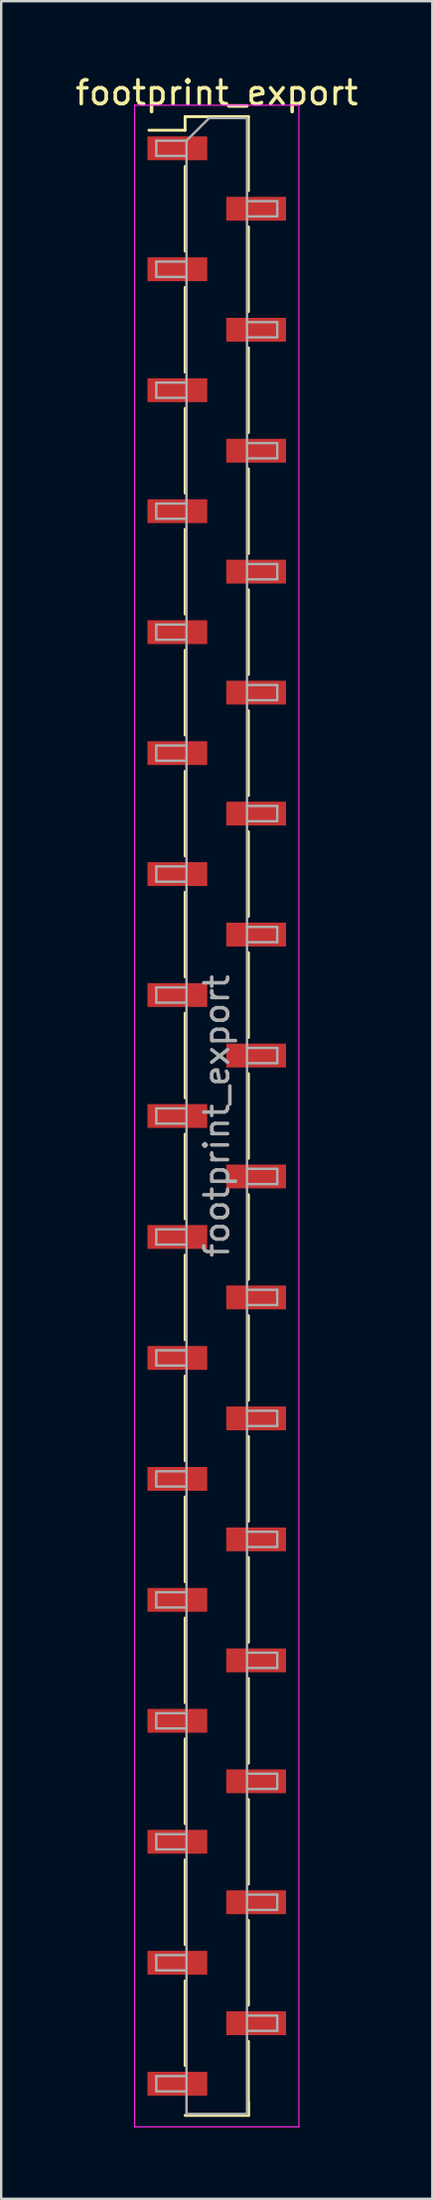
<source format=kicad_pcb>
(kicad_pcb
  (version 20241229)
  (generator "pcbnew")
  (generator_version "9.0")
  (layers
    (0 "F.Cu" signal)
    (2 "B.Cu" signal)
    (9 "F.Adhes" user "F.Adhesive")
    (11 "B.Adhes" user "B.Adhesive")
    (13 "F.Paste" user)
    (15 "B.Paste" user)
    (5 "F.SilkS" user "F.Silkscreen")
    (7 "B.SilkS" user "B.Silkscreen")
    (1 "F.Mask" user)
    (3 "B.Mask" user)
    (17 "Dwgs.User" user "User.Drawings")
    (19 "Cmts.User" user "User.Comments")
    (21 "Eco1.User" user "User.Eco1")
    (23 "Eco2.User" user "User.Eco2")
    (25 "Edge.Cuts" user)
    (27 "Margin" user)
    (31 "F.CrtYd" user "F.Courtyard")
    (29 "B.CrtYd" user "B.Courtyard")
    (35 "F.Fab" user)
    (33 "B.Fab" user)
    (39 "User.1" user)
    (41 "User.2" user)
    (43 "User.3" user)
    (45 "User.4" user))
  (footprint "footprint_export"
    (layer "F.Cu")
    (at 6.054 43.818)
    (property "Reference" "footprint_export" (at 0 -42.97 0) (layer "F.SilkS") (effects (font (size 1 1) (thickness 0.15))))
    (attr smd)
    (fp_line (start -1.33 -41.97) (end -1.33 -41.4) (stroke (width 0.12) (type solid)) (layer "F.SilkS"))
    (fp_line (start -1.33 -41.97) (end 1.33 -41.97) (stroke (width 0.12) (type solid)) (layer "F.SilkS"))
    (fp_line (start -1.33 -41.4) (end -2.85 -41.4) (stroke (width 0.12) (type solid)) (layer "F.SilkS"))
    (fp_line (start -1.33 -39.88) (end -1.33 -36.32) (stroke (width 0.12) (type solid)) (layer "F.SilkS"))
    (fp_line (start -1.33 -34.8) (end -1.33 -31.24) (stroke (width 0.12) (type solid)) (layer "F.SilkS"))
    (fp_line (start -1.33 -29.72) (end -1.33 -26.16) (stroke (width 0.12) (type solid)) (layer "F.SilkS"))
    (fp_line (start -1.33 -24.64) (end -1.33 -21.08) (stroke (width 0.12) (type solid)) (layer "F.SilkS"))
    (fp_line (start -1.33 -19.56) (end -1.33 -16) (stroke (width 0.12) (type solid)) (layer "F.SilkS"))
    (fp_line (start -1.33 -14.48) (end -1.33 -10.92) (stroke (width 0.12) (type solid)) (layer "F.SilkS"))
    (fp_line (start -1.33 -9.4) (end -1.33 -5.84) (stroke (width 0.12) (type solid)) (layer "F.SilkS"))
    (fp_line (start -1.33 -4.32) (end -1.33 -0.76) (stroke (width 0.12) (type solid)) (layer "F.SilkS"))
    (fp_line (start -1.33 0.76) (end -1.33 4.32) (stroke (width 0.12) (type solid)) (layer "F.SilkS"))
    (fp_line (start -1.33 5.84) (end -1.33 9.4) (stroke (width 0.12) (type solid)) (layer "F.SilkS"))
    (fp_line (start -1.33 10.92) (end -1.33 14.48) (stroke (width 0.12) (type solid)) (layer "F.SilkS"))
    (fp_line (start -1.33 16) (end -1.33 19.56) (stroke (width 0.12) (type solid)) (layer "F.SilkS"))
    (fp_line (start -1.33 21.08) (end -1.33 24.64) (stroke (width 0.12) (type solid)) (layer "F.SilkS"))
    (fp_line (start -1.33 26.16) (end -1.33 29.72) (stroke (width 0.12) (type solid)) (layer "F.SilkS"))
    (fp_line (start -1.33 31.24) (end -1.33 34.8) (stroke (width 0.12) (type solid)) (layer "F.SilkS"))
    (fp_line (start -1.33 36.32) (end -1.33 39.88) (stroke (width 0.12) (type solid)) (layer "F.SilkS"))
    (fp_line (start -1.33 41.97) (end 1.33 41.97) (stroke (width 0.12) (type solid)) (layer "F.SilkS"))
    (fp_line (start 1.33 -41.97) (end 1.33 -38.86) (stroke (width 0.12) (type solid)) (layer "F.SilkS"))
    (fp_line (start 1.33 -37.34) (end 1.33 -33.78) (stroke (width 0.12) (type solid)) (layer "F.SilkS"))
    (fp_line (start 1.33 -32.26) (end 1.33 -28.7) (stroke (width 0.12) (type solid)) (layer "F.SilkS"))
    (fp_line (start 1.33 -27.18) (end 1.33 -23.62) (stroke (width 0.12) (type solid)) (layer "F.SilkS"))
    (fp_line (start 1.33 -22.1) (end 1.33 -18.54) (stroke (width 0.12) (type solid)) (layer "F.SilkS"))
    (fp_line (start 1.33 -17.02) (end 1.33 -13.46) (stroke (width 0.12) (type solid)) (layer "F.SilkS"))
    (fp_line (start 1.33 -11.94) (end 1.33 -8.38) (stroke (width 0.12) (type solid)) (layer "F.SilkS"))
    (fp_line (start 1.33 -6.86) (end 1.33 -3.3) (stroke (width 0.12) (type solid)) (layer "F.SilkS"))
    (fp_line (start 1.33 -1.78) (end 1.33 1.78) (stroke (width 0.12) (type solid)) (layer "F.SilkS"))
    (fp_line (start 1.33 3.3) (end 1.33 6.86) (stroke (width 0.12) (type solid)) (layer "F.SilkS"))
    (fp_line (start 1.33 8.38) (end 1.33 11.94) (stroke (width 0.12) (type solid)) (layer "F.SilkS"))
    (fp_line (start 1.33 13.46) (end 1.33 17.02) (stroke (width 0.12) (type solid)) (layer "F.SilkS"))
    (fp_line (start 1.33 18.54) (end 1.33 22.1) (stroke (width 0.12) (type solid)) (layer "F.SilkS"))
    (fp_line (start 1.33 23.62) (end 1.33 27.18) (stroke (width 0.12) (type solid)) (layer "F.SilkS"))
    (fp_line (start 1.33 28.7) (end 1.33 32.26) (stroke (width 0.12) (type solid)) (layer "F.SilkS"))
    (fp_line (start 1.33 33.78) (end 1.33 37.34) (stroke (width 0.12) (type solid)) (layer "F.SilkS"))
    (fp_line (start 1.33 38.86) (end 1.33 41.97) (stroke (width 0.12) (type solid)) (layer "F.SilkS"))
    (fp_line (start 1.33 41.4) (end 1.33 41.97) (stroke (width 0.12) (type solid)) (layer "F.SilkS"))
    (fp_line (start -3.45 -42.45) (end -3.45 42.45) (stroke (width 0.05) (type solid)) (layer "F.CrtYd"))
    (fp_line (start -3.45 42.45) (end 3.45 42.45) (stroke (width 0.05) (type solid)) (layer "F.CrtYd"))
    (fp_line (start 3.45 -42.45) (end -3.45 -42.45) (stroke (width 0.05) (type solid)) (layer "F.CrtYd"))
    (fp_line (start 3.45 42.45) (end 3.45 -42.45) (stroke (width 0.05) (type solid)) (layer "F.CrtYd"))
    (fp_line (start -2.54 -40.96) (end -2.54 -40.32) (stroke (width 0.1) (type solid)) (layer "F.Fab"))
    (fp_line (start -2.54 -40.32) (end -1.27 -40.32) (stroke (width 0.1) (type solid)) (layer "F.Fab"))
    (fp_line (start -2.54 -35.88) (end -2.54 -35.24) (stroke (width 0.1) (type solid)) (layer "F.Fab"))
    (fp_line (start -2.54 -35.24) (end -1.27 -35.24) (stroke (width 0.1) (type solid)) (layer "F.Fab"))
    (fp_line (start -2.54 -30.8) (end -2.54 -30.16) (stroke (width 0.1) (type solid)) (layer "F.Fab"))
    (fp_line (start -2.54 -30.16) (end -1.27 -30.16) (stroke (width 0.1) (type solid)) (layer "F.Fab"))
    (fp_line (start -2.54 -25.72) (end -2.54 -25.08) (stroke (width 0.1) (type solid)) (layer "F.Fab"))
    (fp_line (start -2.54 -25.08) (end -1.27 -25.08) (stroke (width 0.1) (type solid)) (layer "F.Fab"))
    (fp_line (start -2.54 -20.64) (end -2.54 -20) (stroke (width 0.1) (type solid)) (layer "F.Fab"))
    (fp_line (start -2.54 -20) (end -1.27 -20) (stroke (width 0.1) (type solid)) (layer "F.Fab"))
    (fp_line (start -2.54 -15.56) (end -2.54 -14.92) (stroke (width 0.1) (type solid)) (layer "F.Fab"))
    (fp_line (start -2.54 -14.92) (end -1.27 -14.92) (stroke (width 0.1) (type solid)) (layer "F.Fab"))
    (fp_line (start -2.54 -10.48) (end -2.54 -9.84) (stroke (width 0.1) (type solid)) (layer "F.Fab"))
    (fp_line (start -2.54 -9.84) (end -1.27 -9.84) (stroke (width 0.1) (type solid)) (layer "F.Fab"))
    (fp_line (start -2.54 -5.4) (end -2.54 -4.76) (stroke (width 0.1) (type solid)) (layer "F.Fab"))
    (fp_line (start -2.54 -4.76) (end -1.27 -4.76) (stroke (width 0.1) (type solid)) (layer "F.Fab"))
    (fp_line (start -2.54 -0.32) (end -2.54 0.32) (stroke (width 0.1) (type solid)) (layer "F.Fab"))
    (fp_line (start -2.54 0.32) (end -1.27 0.32) (stroke (width 0.1) (type solid)) (layer "F.Fab"))
    (fp_line (start -2.54 4.76) (end -2.54 5.4) (stroke (width 0.1) (type solid)) (layer "F.Fab"))
    (fp_line (start -2.54 5.4) (end -1.27 5.4) (stroke (width 0.1) (type solid)) (layer "F.Fab"))
    (fp_line (start -2.54 9.84) (end -2.54 10.48) (stroke (width 0.1) (type solid)) (layer "F.Fab"))
    (fp_line (start -2.54 10.48) (end -1.27 10.48) (stroke (width 0.1) (type solid)) (layer "F.Fab"))
    (fp_line (start -2.54 14.92) (end -2.54 15.56) (stroke (width 0.1) (type solid)) (layer "F.Fab"))
    (fp_line (start -2.54 15.56) (end -1.27 15.56) (stroke (width 0.1) (type solid)) (layer "F.Fab"))
    (fp_line (start -2.54 20) (end -2.54 20.64) (stroke (width 0.1) (type solid)) (layer "F.Fab"))
    (fp_line (start -2.54 20.64) (end -1.27 20.64) (stroke (width 0.1) (type solid)) (layer "F.Fab"))
    (fp_line (start -2.54 25.08) (end -2.54 25.72) (stroke (width 0.1) (type solid)) (layer "F.Fab"))
    (fp_line (start -2.54 25.72) (end -1.27 25.72) (stroke (width 0.1) (type solid)) (layer "F.Fab"))
    (fp_line (start -2.54 30.16) (end -2.54 30.8) (stroke (width 0.1) (type solid)) (layer "F.Fab"))
    (fp_line (start -2.54 30.8) (end -1.27 30.8) (stroke (width 0.1) (type solid)) (layer "F.Fab"))
    (fp_line (start -2.54 35.24) (end -2.54 35.88) (stroke (width 0.1) (type solid)) (layer "F.Fab"))
    (fp_line (start -2.54 35.88) (end -1.27 35.88) (stroke (width 0.1) (type solid)) (layer "F.Fab"))
    (fp_line (start -2.54 40.32) (end -2.54 40.96) (stroke (width 0.1) (type solid)) (layer "F.Fab"))
    (fp_line (start -2.54 40.96) (end -1.27 40.96) (stroke (width 0.1) (type solid)) (layer "F.Fab"))
    (fp_line (start -1.27 -40.96) (end -2.54 -40.96) (stroke (width 0.1) (type solid)) (layer "F.Fab"))
    (fp_line (start -1.27 -40.96) (end -0.32 -41.91) (stroke (width 0.1) (type solid)) (layer "F.Fab"))
    (fp_line (start -1.27 -35.88) (end -2.54 -35.88) (stroke (width 0.1) (type solid)) (layer "F.Fab"))
    (fp_line (start -1.27 -30.8) (end -2.54 -30.8) (stroke (width 0.1) (type solid)) (layer "F.Fab"))
    (fp_line (start -1.27 -25.72) (end -2.54 -25.72) (stroke (width 0.1) (type solid)) (layer "F.Fab"))
    (fp_line (start -1.27 -20.64) (end -2.54 -20.64) (stroke (width 0.1) (type solid)) (layer "F.Fab"))
    (fp_line (start -1.27 -15.56) (end -2.54 -15.56) (stroke (width 0.1) (type solid)) (layer "F.Fab"))
    (fp_line (start -1.27 -10.48) (end -2.54 -10.48) (stroke (width 0.1) (type solid)) (layer "F.Fab"))
    (fp_line (start -1.27 -5.4) (end -2.54 -5.4) (stroke (width 0.1) (type solid)) (layer "F.Fab"))
    (fp_line (start -1.27 -0.32) (end -2.54 -0.32) (stroke (width 0.1) (type solid)) (layer "F.Fab"))
    (fp_line (start -1.27 4.76) (end -2.54 4.76) (stroke (width 0.1) (type solid)) (layer "F.Fab"))
    (fp_line (start -1.27 9.84) (end -2.54 9.84) (stroke (width 0.1) (type solid)) (layer "F.Fab"))
    (fp_line (start -1.27 14.92) (end -2.54 14.92) (stroke (width 0.1) (type solid)) (layer "F.Fab"))
    (fp_line (start -1.27 20) (end -2.54 20) (stroke (width 0.1) (type solid)) (layer "F.Fab"))
    (fp_line (start -1.27 25.08) (end -2.54 25.08) (stroke (width 0.1) (type solid)) (layer "F.Fab"))
    (fp_line (start -1.27 30.16) (end -2.54 30.16) (stroke (width 0.1) (type solid)) (layer "F.Fab"))
    (fp_line (start -1.27 35.24) (end -2.54 35.24) (stroke (width 0.1) (type solid)) (layer "F.Fab"))
    (fp_line (start -1.27 40.32) (end -2.54 40.32) (stroke (width 0.1) (type solid)) (layer "F.Fab"))
    (fp_line (start -1.27 41.91) (end -1.27 -40.96) (stroke (width 0.1) (type solid)) (layer "F.Fab"))
    (fp_line (start -0.32 -41.91) (end 1.27 -41.91) (stroke (width 0.1) (type solid)) (layer "F.Fab"))
    (fp_line (start 1.27 -41.91) (end 1.27 41.91) (stroke (width 0.1) (type solid)) (layer "F.Fab"))
    (fp_line (start 1.27 -38.42) (end 2.54 -38.42) (stroke (width 0.1) (type solid)) (layer "F.Fab"))
    (fp_line (start 1.27 -33.34) (end 2.54 -33.34) (stroke (width 0.1) (type solid)) (layer "F.Fab"))
    (fp_line (start 1.27 -28.26) (end 2.54 -28.26) (stroke (width 0.1) (type solid)) (layer "F.Fab"))
    (fp_line (start 1.27 -23.18) (end 2.54 -23.18) (stroke (width 0.1) (type solid)) (layer "F.Fab"))
    (fp_line (start 1.27 -18.1) (end 2.54 -18.1) (stroke (width 0.1) (type solid)) (layer "F.Fab"))
    (fp_line (start 1.27 -13.02) (end 2.54 -13.02) (stroke (width 0.1) (type solid)) (layer "F.Fab"))
    (fp_line (start 1.27 -7.94) (end 2.54 -7.94) (stroke (width 0.1) (type solid)) (layer "F.Fab"))
    (fp_line (start 1.27 -2.86) (end 2.54 -2.86) (stroke (width 0.1) (type solid)) (layer "F.Fab"))
    (fp_line (start 1.27 2.22) (end 2.54 2.22) (stroke (width 0.1) (type solid)) (layer "F.Fab"))
    (fp_line (start 1.27 7.3) (end 2.54 7.3) (stroke (width 0.1) (type solid)) (layer "F.Fab"))
    (fp_line (start 1.27 12.38) (end 2.54 12.38) (stroke (width 0.1) (type solid)) (layer "F.Fab"))
    (fp_line (start 1.27 17.46) (end 2.54 17.46) (stroke (width 0.1) (type solid)) (layer "F.Fab"))
    (fp_line (start 1.27 22.54) (end 2.54 22.54) (stroke (width 0.1) (type solid)) (layer "F.Fab"))
    (fp_line (start 1.27 27.62) (end 2.54 27.62) (stroke (width 0.1) (type solid)) (layer "F.Fab"))
    (fp_line (start 1.27 32.7) (end 2.54 32.7) (stroke (width 0.1) (type solid)) (layer "F.Fab"))
    (fp_line (start 1.27 37.78) (end 2.54 37.78) (stroke (width 0.1) (type solid)) (layer "F.Fab"))
    (fp_line (start 1.27 41.91) (end -1.27 41.91) (stroke (width 0.1) (type solid)) (layer "F.Fab"))
    (fp_line (start 2.54 -38.42) (end 2.54 -37.78) (stroke (width 0.1) (type solid)) (layer "F.Fab"))
    (fp_line (start 2.54 -37.78) (end 1.27 -37.78) (stroke (width 0.1) (type solid)) (layer "F.Fab"))
    (fp_line (start 2.54 -33.34) (end 2.54 -32.7) (stroke (width 0.1) (type solid)) (layer "F.Fab"))
    (fp_line (start 2.54 -32.7) (end 1.27 -32.7) (stroke (width 0.1) (type solid)) (layer "F.Fab"))
    (fp_line (start 2.54 -28.26) (end 2.54 -27.62) (stroke (width 0.1) (type solid)) (layer "F.Fab"))
    (fp_line (start 2.54 -27.62) (end 1.27 -27.62) (stroke (width 0.1) (type solid)) (layer "F.Fab"))
    (fp_line (start 2.54 -23.18) (end 2.54 -22.54) (stroke (width 0.1) (type solid)) (layer "F.Fab"))
    (fp_line (start 2.54 -22.54) (end 1.27 -22.54) (stroke (width 0.1) (type solid)) (layer "F.Fab"))
    (fp_line (start 2.54 -18.1) (end 2.54 -17.46) (stroke (width 0.1) (type solid)) (layer "F.Fab"))
    (fp_line (start 2.54 -17.46) (end 1.27 -17.46) (stroke (width 0.1) (type solid)) (layer "F.Fab"))
    (fp_line (start 2.54 -13.02) (end 2.54 -12.38) (stroke (width 0.1) (type solid)) (layer "F.Fab"))
    (fp_line (start 2.54 -12.38) (end 1.27 -12.38) (stroke (width 0.1) (type solid)) (layer "F.Fab"))
    (fp_line (start 2.54 -7.94) (end 2.54 -7.3) (stroke (width 0.1) (type solid)) (layer "F.Fab"))
    (fp_line (start 2.54 -7.3) (end 1.27 -7.3) (stroke (width 0.1) (type solid)) (layer "F.Fab"))
    (fp_line (start 2.54 -2.86) (end 2.54 -2.22) (stroke (width 0.1) (type solid)) (layer "F.Fab"))
    (fp_line (start 2.54 -2.22) (end 1.27 -2.22) (stroke (width 0.1) (type solid)) (layer "F.Fab"))
    (fp_line (start 2.54 2.22) (end 2.54 2.86) (stroke (width 0.1) (type solid)) (layer "F.Fab"))
    (fp_line (start 2.54 2.86) (end 1.27 2.86) (stroke (width 0.1) (type solid)) (layer "F.Fab"))
    (fp_line (start 2.54 7.3) (end 2.54 7.94) (stroke (width 0.1) (type solid)) (layer "F.Fab"))
    (fp_line (start 2.54 7.94) (end 1.27 7.94) (stroke (width 0.1) (type solid)) (layer "F.Fab"))
    (fp_line (start 2.54 12.38) (end 2.54 13.02) (stroke (width 0.1) (type solid)) (layer "F.Fab"))
    (fp_line (start 2.54 13.02) (end 1.27 13.02) (stroke (width 0.1) (type solid)) (layer "F.Fab"))
    (fp_line (start 2.54 17.46) (end 2.54 18.1) (stroke (width 0.1) (type solid)) (layer "F.Fab"))
    (fp_line (start 2.54 18.1) (end 1.27 18.1) (stroke (width 0.1) (type solid)) (layer "F.Fab"))
    (fp_line (start 2.54 22.54) (end 2.54 23.18) (stroke (width 0.1) (type solid)) (layer "F.Fab"))
    (fp_line (start 2.54 23.18) (end 1.27 23.18) (stroke (width 0.1) (type solid)) (layer "F.Fab"))
    (fp_line (start 2.54 27.62) (end 2.54 28.26) (stroke (width 0.1) (type solid)) (layer "F.Fab"))
    (fp_line (start 2.54 28.26) (end 1.27 28.26) (stroke (width 0.1) (type solid)) (layer "F.Fab"))
    (fp_line (start 2.54 32.7) (end 2.54 33.34) (stroke (width 0.1) (type solid)) (layer "F.Fab"))
    (fp_line (start 2.54 33.34) (end 1.27 33.34) (stroke (width 0.1) (type solid)) (layer "F.Fab"))
    (fp_line (start 2.54 37.78) (end 2.54 38.42) (stroke (width 0.1) (type solid)) (layer "F.Fab"))
    (fp_line (start 2.54 38.42) (end 1.27 38.42) (stroke (width 0.1) (type solid)) (layer "F.Fab"))
    (fp_text user "${REFERENCE}" (at 0 0 90) (layer "F.Fab") (effects (font (size 1 1) (thickness 0.15))))
    (pad "1" smd rect (at -1.655 -40.64) (size 2.51 1) (layers "F.Cu" "F.Mask" "F.Paste"))
    (pad "2" smd rect (at 1.655 -38.1) (size 2.51 1) (layers "F.Cu" "F.Mask" "F.Paste"))
    (pad "3" smd rect (at -1.655 -35.56) (size 2.51 1) (layers "F.Cu" "F.Mask" "F.Paste"))
    (pad "4" smd rect (at 1.655 -33.02) (size 2.51 1) (layers "F.Cu" "F.Mask" "F.Paste"))
    (pad "5" smd rect (at -1.655 -30.48) (size 2.51 1) (layers "F.Cu" "F.Mask" "F.Paste"))
    (pad "6" smd rect (at 1.655 -27.94) (size 2.51 1) (layers "F.Cu" "F.Mask" "F.Paste"))
    (pad "7" smd rect (at -1.655 -25.4) (size 2.51 1) (layers "F.Cu" "F.Mask" "F.Paste"))
    (pad "8" smd rect (at 1.655 -22.86) (size 2.51 1) (layers "F.Cu" "F.Mask" "F.Paste"))
    (pad "9" smd rect (at -1.655 -20.32) (size 2.51 1) (layers "F.Cu" "F.Mask" "F.Paste"))
    (pad "10" smd rect (at 1.655 -17.78) (size 2.51 1) (layers "F.Cu" "F.Mask" "F.Paste"))
    (pad "11" smd rect (at -1.655 -15.24) (size 2.51 1) (layers "F.Cu" "F.Mask" "F.Paste"))
    (pad "12" smd rect (at 1.655 -12.7) (size 2.51 1) (layers "F.Cu" "F.Mask" "F.Paste"))
    (pad "13" smd rect (at -1.655 -10.16) (size 2.51 1) (layers "F.Cu" "F.Mask" "F.Paste"))
    (pad "14" smd rect (at 1.655 -7.62) (size 2.51 1) (layers "F.Cu" "F.Mask" "F.Paste"))
    (pad "15" smd rect (at -1.655 -5.08) (size 2.51 1) (layers "F.Cu" "F.Mask" "F.Paste"))
    (pad "16" smd rect (at 1.655 -2.54) (size 2.51 1) (layers "F.Cu" "F.Mask" "F.Paste"))
    (pad "17" smd rect (at -1.655 0) (size 2.51 1) (layers "F.Cu" "F.Mask" "F.Paste"))
    (pad "18" smd rect (at 1.655 2.54) (size 2.51 1) (layers "F.Cu" "F.Mask" "F.Paste"))
    (pad "19" smd rect (at -1.655 5.08) (size 2.51 1) (layers "F.Cu" "F.Mask" "F.Paste"))
    (pad "20" smd rect (at 1.655 7.62) (size 2.51 1) (layers "F.Cu" "F.Mask" "F.Paste"))
    (pad "21" smd rect (at -1.655 10.16) (size 2.51 1) (layers "F.Cu" "F.Mask" "F.Paste"))
    (pad "22" smd rect (at 1.655 12.7) (size 2.51 1) (layers "F.Cu" "F.Mask" "F.Paste"))
    (pad "23" smd rect (at -1.655 15.24) (size 2.51 1) (layers "F.Cu" "F.Mask" "F.Paste"))
    (pad "24" smd rect (at 1.655 17.78) (size 2.51 1) (layers "F.Cu" "F.Mask" "F.Paste"))
    (pad "25" smd rect (at -1.655 20.32) (size 2.51 1) (layers "F.Cu" "F.Mask" "F.Paste"))
    (pad "26" smd rect (at 1.655 22.86) (size 2.51 1) (layers "F.Cu" "F.Mask" "F.Paste"))
    (pad "27" smd rect (at -1.655 25.4) (size 2.51 1) (layers "F.Cu" "F.Mask" "F.Paste"))
    (pad "28" smd rect (at 1.655 27.94) (size 2.51 1) (layers "F.Cu" "F.Mask" "F.Paste"))
    (pad "29" smd rect (at -1.655 30.48) (size 2.51 1) (layers "F.Cu" "F.Mask" "F.Paste"))
    (pad "30" smd rect (at 1.655 33.02) (size 2.51 1) (layers "F.Cu" "F.Mask" "F.Paste"))
    (pad "31" smd rect (at -1.655 35.56) (size 2.51 1) (layers "F.Cu" "F.Mask" "F.Paste"))
    (pad "32" smd rect (at 1.655 38.1) (size 2.51 1) (layers "F.Cu" "F.Mask" "F.Paste"))
    (pad "33" smd rect (at -1.655 40.64) (size 2.51 1) (layers "F.Cu" "F.Mask" "F.Paste")))
  (gr_rect
    (start -3 -3)
    (end 15.107 89.293)
    (stroke (width 0.1) (type default))
    (fill no)
    (layer "Edge.Cuts")))
</source>
